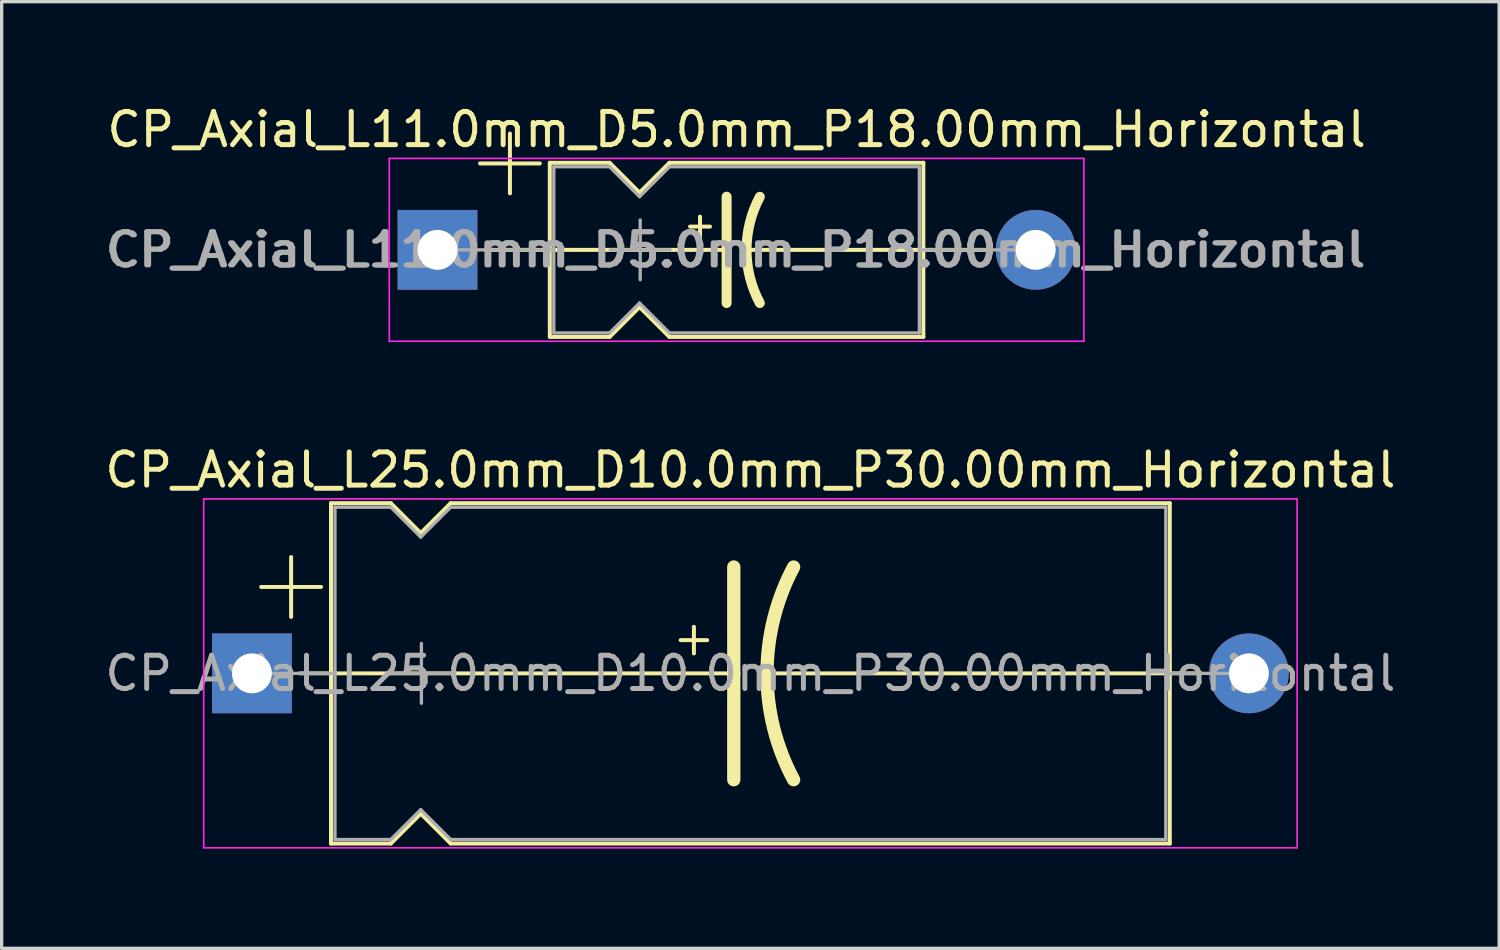
<source format=kicad_pcb>
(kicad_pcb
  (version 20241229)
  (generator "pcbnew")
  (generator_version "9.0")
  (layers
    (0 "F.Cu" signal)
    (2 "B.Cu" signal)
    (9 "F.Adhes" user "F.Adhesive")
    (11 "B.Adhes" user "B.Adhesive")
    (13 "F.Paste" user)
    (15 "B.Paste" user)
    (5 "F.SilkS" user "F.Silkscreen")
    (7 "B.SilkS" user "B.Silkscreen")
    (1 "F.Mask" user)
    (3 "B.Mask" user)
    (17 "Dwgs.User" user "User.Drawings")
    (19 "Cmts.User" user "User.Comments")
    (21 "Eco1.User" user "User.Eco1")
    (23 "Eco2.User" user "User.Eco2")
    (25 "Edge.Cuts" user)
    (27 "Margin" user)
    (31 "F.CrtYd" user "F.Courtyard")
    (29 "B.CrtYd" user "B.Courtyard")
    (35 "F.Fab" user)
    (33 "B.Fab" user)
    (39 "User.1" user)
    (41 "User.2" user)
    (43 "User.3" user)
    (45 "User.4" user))
  (footprint "CP_Axial_L11.0mm_D5.0mm_P18.00mm_Horizontal"
    (layer "F.Cu")
    (at 10.114 4.468)
    (property "Reference" "CP_Axial_L11.0mm_D5.0mm_P18.00mm_Horizontal" (at 9 -3.62 0) (layer "F.SilkS") (effects (font (size 1 1) (thickness 0.15))))
    (attr through_hole)
    (fp_line (start 1.28 -2.6) (end 3.08 -2.6) (stroke (width 0.12) (type solid)) (layer "F.SilkS"))
    (fp_line (start 1.44 0) (end 3.38 0) (stroke (width 0.12) (type solid)) (layer "F.SilkS"))
    (fp_line (start 2.18 -3.5) (end 2.18 -1.7) (stroke (width 0.12) (type solid)) (layer "F.SilkS"))
    (fp_line (start 3.38 -2.62) (end 3.38 2.62) (stroke (width 0.12) (type solid)) (layer "F.SilkS"))
    (fp_line (start 3.38 -2.62) (end 5.18 -2.62) (stroke (width 0.12) (type solid)) (layer "F.SilkS"))
    (fp_line (start 3.38 0) (end 8.7 0) (stroke (width 0.12) (type solid)) (layer "F.SilkS"))
    (fp_line (start 3.38 2.62) (end 5.18 2.62) (stroke (width 0.12) (type solid)) (layer "F.SilkS"))
    (fp_line (start 5.18 -2.62) (end 6.08 -1.72) (stroke (width 0.12) (type solid)) (layer "F.SilkS"))
    (fp_line (start 5.18 2.62) (end 6.08 1.72) (stroke (width 0.12) (type solid)) (layer "F.SilkS"))
    (fp_line (start 6.08 -1.72) (end 6.98 -2.62) (stroke (width 0.12) (type solid)) (layer "F.SilkS"))
    (fp_line (start 6.08 1.72) (end 6.98 2.62) (stroke (width 0.12) (type solid)) (layer "F.SilkS"))
    (fp_line (start 6.98 -2.62) (end 14.62 -2.62) (stroke (width 0.12) (type solid)) (layer "F.SilkS"))
    (fp_line (start 6.98 2.62) (end 14.62 2.62) (stroke (width 0.12) (type solid)) (layer "F.SilkS"))
    (fp_line (start 7.6 -0.7) (end 8.2 -0.7) (stroke (width 0.12) (type solid)) (layer "F.SilkS"))
    (fp_line (start 7.9 -1) (end 7.9 -0.4) (stroke (width 0.12) (type solid)) (layer "F.SilkS"))
    (fp_line (start 8.7 0) (end 8.7 -1.6) (stroke (width 0.3) (type solid)) (layer "F.SilkS"))
    (fp_line (start 8.7 0) (end 8.7 1.6) (stroke (width 0.3) (type solid)) (layer "F.SilkS"))
    (fp_line (start 14.62 -2.62) (end 14.62 2.62) (stroke (width 0.12) (type solid)) (layer "F.SilkS"))
    (fp_line (start 14.62 0) (end 9.3 0) (stroke (width 0.12) (type solid)) (layer "F.SilkS"))
    (fp_line (start 16.56 0) (end 14.62 0) (stroke (width 0.12) (type solid)) (layer "F.SilkS"))
    (fp_arc (start 9.3 0) (mid 9.401652 -0.822725) (end 9.7 -1.596157) (stroke (width 0.3) (type solid)) (layer "F.SilkS"))
    (fp_arc (start 9.7 1.6) (mid 9.400523 0.824869) (end 9.3 0) (stroke (width 0.3) (type solid)) (layer "F.SilkS"))
    (fp_line (start -1.45 -2.75) (end -1.45 2.75) (stroke (width 0.05) (type solid)) (layer "F.CrtYd"))
    (fp_line (start -1.45 2.75) (end 19.45 2.75) (stroke (width 0.05) (type solid)) (layer "F.CrtYd"))
    (fp_line (start 19.45 -2.75) (end -1.45 -2.75) (stroke (width 0.05) (type solid)) (layer "F.CrtYd"))
    (fp_line (start 19.45 2.75) (end 19.45 -2.75) (stroke (width 0.05) (type solid)) (layer "F.CrtYd"))
    (fp_line (start 0 0) (end 3.5 0) (stroke (width 0.1) (type solid)) (layer "F.Fab"))
    (fp_line (start 3.5 -2.5) (end 3.5 2.5) (stroke (width 0.1) (type solid)) (layer "F.Fab"))
    (fp_line (start 3.5 -2.5) (end 5.18 -2.5) (stroke (width 0.1) (type solid)) (layer "F.Fab"))
    (fp_line (start 3.5 2.5) (end 5.18 2.5) (stroke (width 0.1) (type solid)) (layer "F.Fab"))
    (fp_line (start 5.18 -2.5) (end 6.08 -1.6) (stroke (width 0.1) (type solid)) (layer "F.Fab"))
    (fp_line (start 5.18 2.5) (end 6.08 1.6) (stroke (width 0.1) (type solid)) (layer "F.Fab"))
    (fp_line (start 5.2 0) (end 7 0) (stroke (width 0.1) (type solid)) (layer "F.Fab"))
    (fp_line (start 6.08 -1.6) (end 6.98 -2.5) (stroke (width 0.1) (type solid)) (layer "F.Fab"))
    (fp_line (start 6.08 1.6) (end 6.98 2.5) (stroke (width 0.1) (type solid)) (layer "F.Fab"))
    (fp_line (start 6.1 -0.9) (end 6.1 0.9) (stroke (width 0.1) (type solid)) (layer "F.Fab"))
    (fp_line (start 6.98 -2.5) (end 14.5 -2.5) (stroke (width 0.1) (type solid)) (layer "F.Fab"))
    (fp_line (start 6.98 2.5) (end 14.5 2.5) (stroke (width 0.1) (type solid)) (layer "F.Fab"))
    (fp_line (start 14.5 -2.5) (end 14.5 2.5) (stroke (width 0.1) (type solid)) (layer "F.Fab"))
    (fp_line (start 18 0) (end 14.5 0) (stroke (width 0.1) (type solid)) (layer "F.Fab"))
    (fp_text user "${REFERENCE}" (at 8.94 0 0) (layer "F.Fab") (effects (font (size 1 1) (thickness 0.15))))
    (fp_text user "${REFERENCE}" (at 9 0 0) (layer "F.Fab") (effects (font (size 1 1) (thickness 0.15))))
    (pad "1" thru_hole rect (at 0 0) (size 2.4 2.4) (drill 1.2) (layers "*.Cu" "*.Mask"))
    (pad "2" thru_hole oval (at 18 0) (size 2.4 2.4) (drill 1.2) (layers "*.Cu" "*.Mask")))
  (footprint "CP_Axial_L25.0mm_D10.0mm_P30.00mm_Horizontal"
    (layer "F.Cu")
    (at 4.53 17.212)
    (property "Reference" "CP_Axial_L25.0mm_D10.0mm_P30.00mm_Horizontal" (at 15 -6.12 0) (layer "F.SilkS") (effects (font (size 1 1) (thickness 0.15))))
    (attr through_hole)
    (fp_line (start 0.28 -2.6) (end 2.08 -2.6) (stroke (width 0.12) (type solid)) (layer "F.SilkS"))
    (fp_line (start 1.18 -3.5) (end 1.18 -1.7) (stroke (width 0.12) (type solid)) (layer "F.SilkS"))
    (fp_line (start 1.44 0) (end 2.38 0) (stroke (width 0.12) (type solid)) (layer "F.SilkS"))
    (fp_line (start 2.38 -5.12) (end 2.38 5.12) (stroke (width 0.12) (type solid)) (layer "F.SilkS"))
    (fp_line (start 2.38 -5.12) (end 4.18 -5.12) (stroke (width 0.12) (type solid)) (layer "F.SilkS"))
    (fp_line (start 2.38 0) (end 14.5 0) (stroke (width 0.12) (type solid)) (layer "F.SilkS"))
    (fp_line (start 2.38 5.12) (end 4.18 5.12) (stroke (width 0.12) (type solid)) (layer "F.SilkS"))
    (fp_line (start 4.18 -5.12) (end 5.08 -4.22) (stroke (width 0.12) (type solid)) (layer "F.SilkS"))
    (fp_line (start 4.18 5.12) (end 5.08 4.22) (stroke (width 0.12) (type solid)) (layer "F.SilkS"))
    (fp_line (start 5.08 -4.22) (end 5.98 -5.12) (stroke (width 0.12) (type solid)) (layer "F.SilkS"))
    (fp_line (start 5.08 4.22) (end 5.98 5.12) (stroke (width 0.12) (type solid)) (layer "F.SilkS"))
    (fp_line (start 5.98 -5.12) (end 27.62 -5.12) (stroke (width 0.12) (type solid)) (layer "F.SilkS"))
    (fp_line (start 5.98 5.12) (end 27.62 5.12) (stroke (width 0.12) (type solid)) (layer "F.SilkS"))
    (fp_line (start 12.9 -1) (end 13.7 -1) (stroke (width 0.12) (type solid)) (layer "F.SilkS"))
    (fp_line (start 13.3 -1.4) (end 13.3 -0.6) (stroke (width 0.12) (type solid)) (layer "F.SilkS"))
    (fp_line (start 14.5 0) (end 14.5 -3.2) (stroke (width 0.4) (type solid)) (layer "F.SilkS"))
    (fp_line (start 14.5 0) (end 14.5 3.2) (stroke (width 0.4) (type solid)) (layer "F.SilkS"))
    (fp_line (start 27.62 -5.12) (end 27.62 5.12) (stroke (width 0.12) (type solid)) (layer "F.SilkS"))
    (fp_line (start 27.62 0) (end 15.5 0) (stroke (width 0.12) (type solid)) (layer "F.SilkS"))
    (fp_line (start 28.56 0) (end 27.62 0) (stroke (width 0.12) (type solid)) (layer "F.SilkS"))
    (fp_arc (start 15.5 0) (mid 15.703545 -1.649114) (end 16.3 -3.2) (stroke (width 0.4) (type solid)) (layer "F.SilkS"))
    (fp_arc (start 16.3 3.2) (mid 15.700709 1.649823) (end 15.5 0) (stroke (width 0.4) (type solid)) (layer "F.SilkS"))
    (fp_line (start -1.45 -5.25) (end -1.45 5.25) (stroke (width 0.05) (type solid)) (layer "F.CrtYd"))
    (fp_line (start -1.45 5.25) (end 31.45 5.25) (stroke (width 0.05) (type solid)) (layer "F.CrtYd"))
    (fp_line (start 31.45 -5.25) (end -1.45 -5.25) (stroke (width 0.05) (type solid)) (layer "F.CrtYd"))
    (fp_line (start 31.45 5.25) (end 31.45 -5.25) (stroke (width 0.05) (type solid)) (layer "F.CrtYd"))
    (fp_line (start 0 0) (end 2.5 0) (stroke (width 0.1) (type solid)) (layer "F.Fab"))
    (fp_line (start 2.5 -5) (end 2.5 5) (stroke (width 0.1) (type solid)) (layer "F.Fab"))
    (fp_line (start 2.5 -5) (end 4.18 -5) (stroke (width 0.1) (type solid)) (layer "F.Fab"))
    (fp_line (start 2.5 5) (end 4.18 5) (stroke (width 0.1) (type solid)) (layer "F.Fab"))
    (fp_line (start 4.18 -5) (end 5.08 -4.1) (stroke (width 0.1) (type solid)) (layer "F.Fab"))
    (fp_line (start 4.18 5) (end 5.08 4.1) (stroke (width 0.1) (type solid)) (layer "F.Fab"))
    (fp_line (start 4.2 0) (end 6 0) (stroke (width 0.1) (type solid)) (layer "F.Fab"))
    (fp_line (start 5.08 -4.1) (end 5.98 -5) (stroke (width 0.1) (type solid)) (layer "F.Fab"))
    (fp_line (start 5.08 4.1) (end 5.98 5) (stroke (width 0.1) (type solid)) (layer "F.Fab"))
    (fp_line (start 5.1 -0.9) (end 5.1 0.9) (stroke (width 0.1) (type solid)) (layer "F.Fab"))
    (fp_line (start 5.98 -5) (end 27.5 -5) (stroke (width 0.1) (type solid)) (layer "F.Fab"))
    (fp_line (start 5.98 5) (end 27.5 5) (stroke (width 0.1) (type solid)) (layer "F.Fab"))
    (fp_line (start 27.5 -5) (end 27.5 5) (stroke (width 0.1) (type solid)) (layer "F.Fab"))
    (fp_line (start 30 0) (end 27.5 0) (stroke (width 0.1) (type solid)) (layer "F.Fab"))
    (fp_text user "${REFERENCE}" (at 15 0 0) (layer "F.Fab") (effects (font (size 1 1) (thickness 0.15))))
    (pad "1" thru_hole rect (at 0 0) (size 2.4 2.4) (drill 1.2) (layers "*.Cu" "*.Mask"))
    (pad "2" thru_hole oval (at 30 0) (size 2.4 2.4) (drill 1.2) (layers "*.Cu" "*.Mask")))
  (gr_rect
    (start -3 -3)
    (end 42.06 25.486)
    (stroke (width 0.1) (type default))
    (fill no)
    (layer "Edge.Cuts")))
</source>
